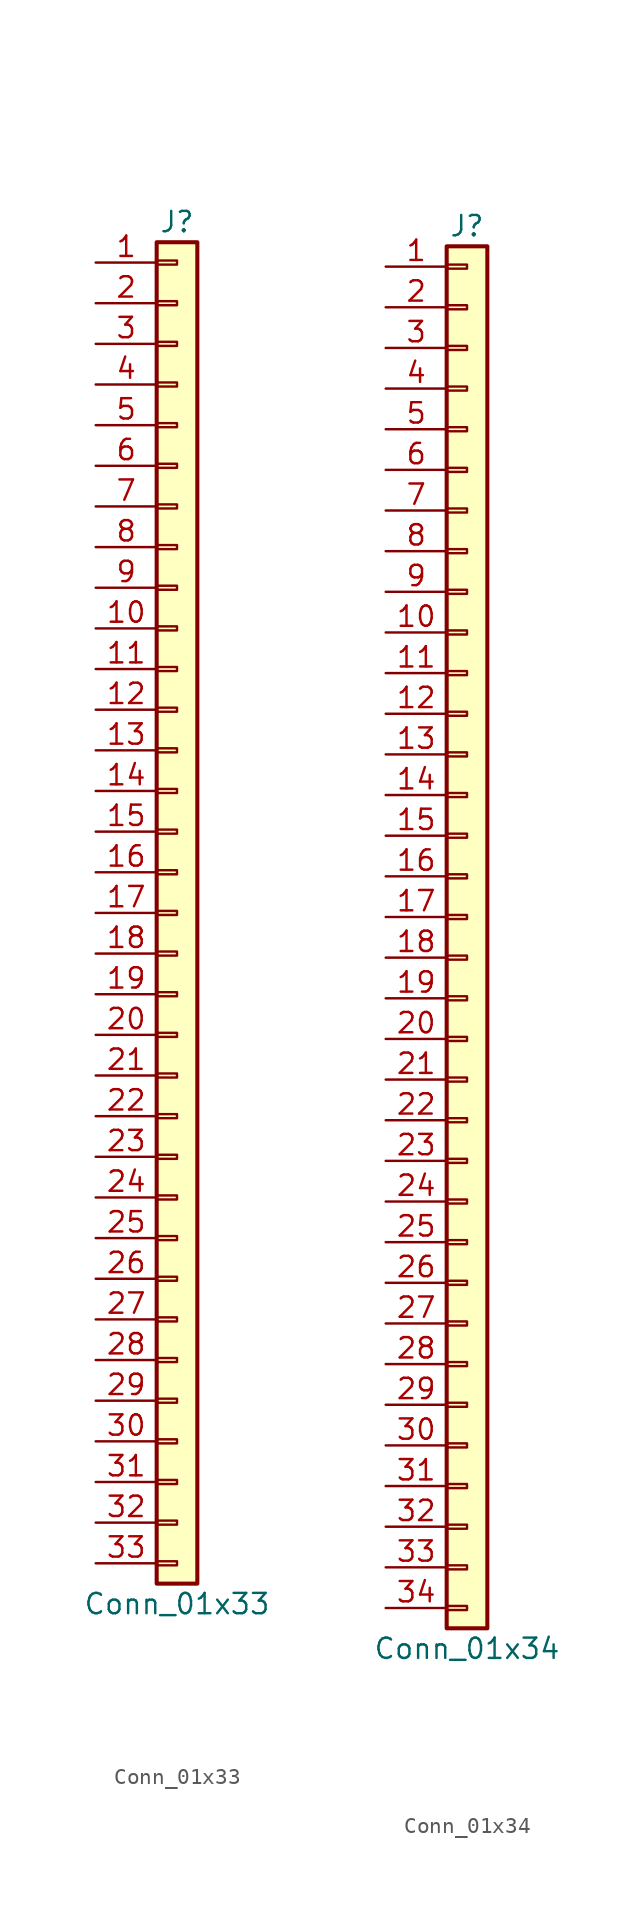
<source format=kicad_sym>
(kicad_symbol_lib
  (version 20220914)
  (generator kicad_symbol_editor)
  (symbol "Conn_01x33"
    (pin_names
      (offset 1.016) hide)
    (property "Reference" "J"
      (at 0 43.18 0)
      (effects (font (size 1.27 1.27))))
    (property "Value" "Conn_01x33"
      (at 0 -43.18 0)
      (effects (font (size 1.27 1.27))))
    (symbol "Conn_01x33_1_1"
      (rectangle (start -1.27 -40.513) (end 0 -40.767) (stroke (width 0.152) (type default)) (fill (type none)))
      (rectangle (start -1.27 -37.973) (end 0 -38.227) (stroke (width 0.152) (type default)) (fill (type none)))
      (rectangle (start -1.27 -35.433) (end 0 -35.687) (stroke (width 0.152) (type default)) (fill (type none)))
      (rectangle (start -1.27 -32.893) (end 0 -33.147) (stroke (width 0.152) (type default)) (fill (type none)))
      (rectangle (start -1.27 -30.353) (end 0 -30.607) (stroke (width 0.152) (type default)) (fill (type none)))
      (rectangle (start -1.27 -27.813) (end 0 -28.067) (stroke (width 0.152) (type default)) (fill (type none)))
      (rectangle (start -1.27 -25.273) (end 0 -25.527) (stroke (width 0.152) (type default)) (fill (type none)))
      (rectangle (start -1.27 -22.733) (end 0 -22.987) (stroke (width 0.152) (type default)) (fill (type none)))
      (rectangle (start -1.27 -20.193) (end 0 -20.447) (stroke (width 0.152) (type default)) (fill (type none)))
      (rectangle (start -1.27 -17.653) (end 0 -17.907) (stroke (width 0.152) (type default)) (fill (type none)))
      (rectangle (start -1.27 -15.113) (end 0 -15.367) (stroke (width 0.152) (type default)) (fill (type none)))
      (rectangle (start -1.27 -12.573) (end 0 -12.827) (stroke (width 0.152) (type default)) (fill (type none)))
      (rectangle (start -1.27 -10.033) (end 0 -10.287) (stroke (width 0.152) (type default)) (fill (type none)))
      (rectangle (start -1.27 -7.493) (end 0 -7.747) (stroke (width 0.152) (type default)) (fill (type none)))
      (rectangle (start -1.27 -4.953) (end 0 -5.207) (stroke (width 0.152) (type default)) (fill (type none)))
      (rectangle (start -1.27 -2.413) (end 0 -2.667) (stroke (width 0.152) (type default)) (fill (type none)))
      (rectangle (start -1.27 0.127) (end 0 -0.127) (stroke (width 0.152) (type default)) (fill (type none)))
      (rectangle (start -1.27 2.667) (end 0 2.413) (stroke (width 0.152) (type default)) (fill (type none)))
      (rectangle (start -1.27 5.207) (end 0 4.953) (stroke (width 0.152) (type default)) (fill (type none)))
      (rectangle (start -1.27 7.747) (end 0 7.493) (stroke (width 0.152) (type default)) (fill (type none)))
      (rectangle (start -1.27 10.287) (end 0 10.033) (stroke (width 0.152) (type default)) (fill (type none)))
      (rectangle (start -1.27 12.827) (end 0 12.573) (stroke (width 0.152) (type default)) (fill (type none)))
      (rectangle (start -1.27 15.367) (end 0 15.113) (stroke (width 0.152) (type default)) (fill (type none)))
      (rectangle (start -1.27 17.907) (end 0 17.653) (stroke (width 0.152) (type default)) (fill (type none)))
      (rectangle (start -1.27 20.447) (end 0 20.193) (stroke (width 0.152) (type default)) (fill (type none)))
      (rectangle (start -1.27 22.987) (end 0 22.733) (stroke (width 0.152) (type default)) (fill (type none)))
      (rectangle (start -1.27 25.527) (end 0 25.273) (stroke (width 0.152) (type default)) (fill (type none)))
      (rectangle (start -1.27 28.067) (end 0 27.813) (stroke (width 0.152) (type default)) (fill (type none)))
      (rectangle (start -1.27 30.607) (end 0 30.353) (stroke (width 0.152) (type default)) (fill (type none)))
      (rectangle (start -1.27 33.147) (end 0 32.893) (stroke (width 0.152) (type default)) (fill (type none)))
      (rectangle (start -1.27 35.687) (end 0 35.433) (stroke (width 0.152) (type default)) (fill (type none)))
      (rectangle (start -1.27 38.227) (end 0 37.973) (stroke (width 0.152) (type default)) (fill (type none)))
      (rectangle (start -1.27 40.767) (end 0 40.513) (stroke (width 0.152) (type default)) (fill (type none)))
      (rectangle (start -1.27 41.91) (end 1.27 -41.91) (stroke (width 0.254) (type default)) (fill (type background)))
      (pin passive line (at -5.08 40.64 0) (length 3.81) (name "Pin_1" (effects (font (size 1.27 1.27)))) (number "1" (effects (font (size 1.27 1.27)))))
      (pin passive line (at -5.08 17.78 0) (length 3.81) (name "Pin_10" (effects (font (size 1.27 1.27)))) (number "10" (effects (font (size 1.27 1.27)))))
      (pin passive line (at -5.08 15.24 0) (length 3.81) (name "Pin_11" (effects (font (size 1.27 1.27)))) (number "11" (effects (font (size 1.27 1.27)))))
      (pin passive line (at -5.08 12.7 0) (length 3.81) (name "Pin_12" (effects (font (size 1.27 1.27)))) (number "12" (effects (font (size 1.27 1.27)))))
      (pin passive line (at -5.08 10.16 0) (length 3.81) (name "Pin_13" (effects (font (size 1.27 1.27)))) (number "13" (effects (font (size 1.27 1.27)))))
      (pin passive line (at -5.08 7.62 0) (length 3.81) (name "Pin_14" (effects (font (size 1.27 1.27)))) (number "14" (effects (font (size 1.27 1.27)))))
      (pin passive line (at -5.08 5.08 0) (length 3.81) (name "Pin_15" (effects (font (size 1.27 1.27)))) (number "15" (effects (font (size 1.27 1.27)))))
      (pin passive line (at -5.08 2.54 0) (length 3.81) (name "Pin_16" (effects (font (size 1.27 1.27)))) (number "16" (effects (font (size 1.27 1.27)))))
      (pin passive line (at -5.08 0 0) (length 3.81) (name "Pin_17" (effects (font (size 1.27 1.27)))) (number "17" (effects (font (size 1.27 1.27)))))
      (pin passive line (at -5.08 -2.54 0) (length 3.81) (name "Pin_18" (effects (font (size 1.27 1.27)))) (number "18" (effects (font (size 1.27 1.27)))))
      (pin passive line (at -5.08 -5.08 0) (length 3.81) (name "Pin_19" (effects (font (size 1.27 1.27)))) (number "19" (effects (font (size 1.27 1.27)))))
      (pin passive line (at -5.08 38.1 0) (length 3.81) (name "Pin_2" (effects (font (size 1.27 1.27)))) (number "2" (effects (font (size 1.27 1.27)))))
      (pin passive line (at -5.08 -7.62 0) (length 3.81) (name "Pin_20" (effects (font (size 1.27 1.27)))) (number "20" (effects (font (size 1.27 1.27)))))
      (pin passive line (at -5.08 -10.16 0) (length 3.81) (name "Pin_21" (effects (font (size 1.27 1.27)))) (number "21" (effects (font (size 1.27 1.27)))))
      (pin passive line (at -5.08 -12.7 0) (length 3.81) (name "Pin_22" (effects (font (size 1.27 1.27)))) (number "22" (effects (font (size 1.27 1.27)))))
      (pin passive line (at -5.08 -15.24 0) (length 3.81) (name "Pin_23" (effects (font (size 1.27 1.27)))) (number "23" (effects (font (size 1.27 1.27)))))
      (pin passive line (at -5.08 -17.78 0) (length 3.81) (name "Pin_24" (effects (font (size 1.27 1.27)))) (number "24" (effects (font (size 1.27 1.27)))))
      (pin passive line (at -5.08 -20.32 0) (length 3.81) (name "Pin_25" (effects (font (size 1.27 1.27)))) (number "25" (effects (font (size 1.27 1.27)))))
      (pin passive line (at -5.08 -22.86 0) (length 3.81) (name "Pin_26" (effects (font (size 1.27 1.27)))) (number "26" (effects (font (size 1.27 1.27)))))
      (pin passive line (at -5.08 -25.4 0) (length 3.81) (name "Pin_27" (effects (font (size 1.27 1.27)))) (number "27" (effects (font (size 1.27 1.27)))))
      (pin passive line (at -5.08 -27.94 0) (length 3.81) (name "Pin_28" (effects (font (size 1.27 1.27)))) (number "28" (effects (font (size 1.27 1.27)))))
      (pin passive line (at -5.08 -30.48 0) (length 3.81) (name "Pin_29" (effects (font (size 1.27 1.27)))) (number "29" (effects (font (size 1.27 1.27)))))
      (pin passive line (at -5.08 35.56 0) (length 3.81) (name "Pin_3" (effects (font (size 1.27 1.27)))) (number "3" (effects (font (size 1.27 1.27)))))
      (pin passive line (at -5.08 -33.02 0) (length 3.81) (name "Pin_30" (effects (font (size 1.27 1.27)))) (number "30" (effects (font (size 1.27 1.27)))))
      (pin passive line (at -5.08 -35.56 0) (length 3.81) (name "Pin_31" (effects (font (size 1.27 1.27)))) (number "31" (effects (font (size 1.27 1.27)))))
      (pin passive line (at -5.08 -38.1 0) (length 3.81) (name "Pin_32" (effects (font (size 1.27 1.27)))) (number "32" (effects (font (size 1.27 1.27)))))
      (pin passive line (at -5.08 -40.64 0) (length 3.81) (name "Pin_33" (effects (font (size 1.27 1.27)))) (number "33" (effects (font (size 1.27 1.27)))))
      (pin passive line (at -5.08 33.02 0) (length 3.81) (name "Pin_4" (effects (font (size 1.27 1.27)))) (number "4" (effects (font (size 1.27 1.27)))))
      (pin passive line (at -5.08 30.48 0) (length 3.81) (name "Pin_5" (effects (font (size 1.27 1.27)))) (number "5" (effects (font (size 1.27 1.27)))))
      (pin passive line (at -5.08 27.94 0) (length 3.81) (name "Pin_6" (effects (font (size 1.27 1.27)))) (number "6" (effects (font (size 1.27 1.27)))))
      (pin passive line (at -5.08 25.4 0) (length 3.81) (name "Pin_7" (effects (font (size 1.27 1.27)))) (number "7" (effects (font (size 1.27 1.27)))))
      (pin passive line (at -5.08 22.86 0) (length 3.81) (name "Pin_8" (effects (font (size 1.27 1.27)))) (number "8" (effects (font (size 1.27 1.27)))))
      (pin passive line (at -5.08 20.32 0) (length 3.81) (name "Pin_9" (effects (font (size 1.27 1.27)))) (number "9" (effects (font (size 1.27 1.27)))))))
  (symbol "Conn_01x34"
    (pin_names
      (offset 1.016) hide)
    (property "Reference" "J"
      (at 0 43.18 0)
      (effects (font (size 1.27 1.27))))
    (property "Value" "Conn_01x34"
      (at 0 -45.72 0)
      (effects (font (size 1.27 1.27))))
    (symbol "Conn_01x34_1_1"
      (rectangle (start -1.27 -43.053) (end 0 -43.307) (stroke (width 0.152) (type default)) (fill (type none)))
      (rectangle (start -1.27 -40.513) (end 0 -40.767) (stroke (width 0.152) (type default)) (fill (type none)))
      (rectangle (start -1.27 -37.973) (end 0 -38.227) (stroke (width 0.152) (type default)) (fill (type none)))
      (rectangle (start -1.27 -35.433) (end 0 -35.687) (stroke (width 0.152) (type default)) (fill (type none)))
      (rectangle (start -1.27 -32.893) (end 0 -33.147) (stroke (width 0.152) (type default)) (fill (type none)))
      (rectangle (start -1.27 -30.353) (end 0 -30.607) (stroke (width 0.152) (type default)) (fill (type none)))
      (rectangle (start -1.27 -27.813) (end 0 -28.067) (stroke (width 0.152) (type default)) (fill (type none)))
      (rectangle (start -1.27 -25.273) (end 0 -25.527) (stroke (width 0.152) (type default)) (fill (type none)))
      (rectangle (start -1.27 -22.733) (end 0 -22.987) (stroke (width 0.152) (type default)) (fill (type none)))
      (rectangle (start -1.27 -20.193) (end 0 -20.447) (stroke (width 0.152) (type default)) (fill (type none)))
      (rectangle (start -1.27 -17.653) (end 0 -17.907) (stroke (width 0.152) (type default)) (fill (type none)))
      (rectangle (start -1.27 -15.113) (end 0 -15.367) (stroke (width 0.152) (type default)) (fill (type none)))
      (rectangle (start -1.27 -12.573) (end 0 -12.827) (stroke (width 0.152) (type default)) (fill (type none)))
      (rectangle (start -1.27 -10.033) (end 0 -10.287) (stroke (width 0.152) (type default)) (fill (type none)))
      (rectangle (start -1.27 -7.493) (end 0 -7.747) (stroke (width 0.152) (type default)) (fill (type none)))
      (rectangle (start -1.27 -4.953) (end 0 -5.207) (stroke (width 0.152) (type default)) (fill (type none)))
      (rectangle (start -1.27 -2.413) (end 0 -2.667) (stroke (width 0.152) (type default)) (fill (type none)))
      (rectangle (start -1.27 0.127) (end 0 -0.127) (stroke (width 0.152) (type default)) (fill (type none)))
      (rectangle (start -1.27 2.667) (end 0 2.413) (stroke (width 0.152) (type default)) (fill (type none)))
      (rectangle (start -1.27 5.207) (end 0 4.953) (stroke (width 0.152) (type default)) (fill (type none)))
      (rectangle (start -1.27 7.747) (end 0 7.493) (stroke (width 0.152) (type default)) (fill (type none)))
      (rectangle (start -1.27 10.287) (end 0 10.033) (stroke (width 0.152) (type default)) (fill (type none)))
      (rectangle (start -1.27 12.827) (end 0 12.573) (stroke (width 0.152) (type default)) (fill (type none)))
      (rectangle (start -1.27 15.367) (end 0 15.113) (stroke (width 0.152) (type default)) (fill (type none)))
      (rectangle (start -1.27 17.907) (end 0 17.653) (stroke (width 0.152) (type default)) (fill (type none)))
      (rectangle (start -1.27 20.447) (end 0 20.193) (stroke (width 0.152) (type default)) (fill (type none)))
      (rectangle (start -1.27 22.987) (end 0 22.733) (stroke (width 0.152) (type default)) (fill (type none)))
      (rectangle (start -1.27 25.527) (end 0 25.273) (stroke (width 0.152) (type default)) (fill (type none)))
      (rectangle (start -1.27 28.067) (end 0 27.813) (stroke (width 0.152) (type default)) (fill (type none)))
      (rectangle (start -1.27 30.607) (end 0 30.353) (stroke (width 0.152) (type default)) (fill (type none)))
      (rectangle (start -1.27 33.147) (end 0 32.893) (stroke (width 0.152) (type default)) (fill (type none)))
      (rectangle (start -1.27 35.687) (end 0 35.433) (stroke (width 0.152) (type default)) (fill (type none)))
      (rectangle (start -1.27 38.227) (end 0 37.973) (stroke (width 0.152) (type default)) (fill (type none)))
      (rectangle (start -1.27 40.767) (end 0 40.513) (stroke (width 0.152) (type default)) (fill (type none)))
      (rectangle (start -1.27 41.91) (end 1.27 -44.45) (stroke (width 0.254) (type default)) (fill (type background)))
      (pin passive line (at -5.08 40.64 0) (length 3.81) (name "Pin_1" (effects (font (size 1.27 1.27)))) (number "1" (effects (font (size 1.27 1.27)))))
      (pin passive line (at -5.08 17.78 0) (length 3.81) (name "Pin_10" (effects (font (size 1.27 1.27)))) (number "10" (effects (font (size 1.27 1.27)))))
      (pin passive line (at -5.08 15.24 0) (length 3.81) (name "Pin_11" (effects (font (size 1.27 1.27)))) (number "11" (effects (font (size 1.27 1.27)))))
      (pin passive line (at -5.08 12.7 0) (length 3.81) (name "Pin_12" (effects (font (size 1.27 1.27)))) (number "12" (effects (font (size 1.27 1.27)))))
      (pin passive line (at -5.08 10.16 0) (length 3.81) (name "Pin_13" (effects (font (size 1.27 1.27)))) (number "13" (effects (font (size 1.27 1.27)))))
      (pin passive line (at -5.08 7.62 0) (length 3.81) (name "Pin_14" (effects (font (size 1.27 1.27)))) (number "14" (effects (font (size 1.27 1.27)))))
      (pin passive line (at -5.08 5.08 0) (length 3.81) (name "Pin_15" (effects (font (size 1.27 1.27)))) (number "15" (effects (font (size 1.27 1.27)))))
      (pin passive line (at -5.08 2.54 0) (length 3.81) (name "Pin_16" (effects (font (size 1.27 1.27)))) (number "16" (effects (font (size 1.27 1.27)))))
      (pin passive line (at -5.08 0 0) (length 3.81) (name "Pin_17" (effects (font (size 1.27 1.27)))) (number "17" (effects (font (size 1.27 1.27)))))
      (pin passive line (at -5.08 -2.54 0) (length 3.81) (name "Pin_18" (effects (font (size 1.27 1.27)))) (number "18" (effects (font (size 1.27 1.27)))))
      (pin passive line (at -5.08 -5.08 0) (length 3.81) (name "Pin_19" (effects (font (size 1.27 1.27)))) (number "19" (effects (font (size 1.27 1.27)))))
      (pin passive line (at -5.08 38.1 0) (length 3.81) (name "Pin_2" (effects (font (size 1.27 1.27)))) (number "2" (effects (font (size 1.27 1.27)))))
      (pin passive line (at -5.08 -7.62 0) (length 3.81) (name "Pin_20" (effects (font (size 1.27 1.27)))) (number "20" (effects (font (size 1.27 1.27)))))
      (pin passive line (at -5.08 -10.16 0) (length 3.81) (name "Pin_21" (effects (font (size 1.27 1.27)))) (number "21" (effects (font (size 1.27 1.27)))))
      (pin passive line (at -5.08 -12.7 0) (length 3.81) (name "Pin_22" (effects (font (size 1.27 1.27)))) (number "22" (effects (font (size 1.27 1.27)))))
      (pin passive line (at -5.08 -15.24 0) (length 3.81) (name "Pin_23" (effects (font (size 1.27 1.27)))) (number "23" (effects (font (size 1.27 1.27)))))
      (pin passive line (at -5.08 -17.78 0) (length 3.81) (name "Pin_24" (effects (font (size 1.27 1.27)))) (number "24" (effects (font (size 1.27 1.27)))))
      (pin passive line (at -5.08 -20.32 0) (length 3.81) (name "Pin_25" (effects (font (size 1.27 1.27)))) (number "25" (effects (font (size 1.27 1.27)))))
      (pin passive line (at -5.08 -22.86 0) (length 3.81) (name "Pin_26" (effects (font (size 1.27 1.27)))) (number "26" (effects (font (size 1.27 1.27)))))
      (pin passive line (at -5.08 -25.4 0) (length 3.81) (name "Pin_27" (effects (font (size 1.27 1.27)))) (number "27" (effects (font (size 1.27 1.27)))))
      (pin passive line (at -5.08 -27.94 0) (length 3.81) (name "Pin_28" (effects (font (size 1.27 1.27)))) (number "28" (effects (font (size 1.27 1.27)))))
      (pin passive line (at -5.08 -30.48 0) (length 3.81) (name "Pin_29" (effects (font (size 1.27 1.27)))) (number "29" (effects (font (size 1.27 1.27)))))
      (pin passive line (at -5.08 35.56 0) (length 3.81) (name "Pin_3" (effects (font (size 1.27 1.27)))) (number "3" (effects (font (size 1.27 1.27)))))
      (pin passive line (at -5.08 -33.02 0) (length 3.81) (name "Pin_30" (effects (font (size 1.27 1.27)))) (number "30" (effects (font (size 1.27 1.27)))))
      (pin passive line (at -5.08 -35.56 0) (length 3.81) (name "Pin_31" (effects (font (size 1.27 1.27)))) (number "31" (effects (font (size 1.27 1.27)))))
      (pin passive line (at -5.08 -38.1 0) (length 3.81) (name "Pin_32" (effects (font (size 1.27 1.27)))) (number "32" (effects (font (size 1.27 1.27)))))
      (pin passive line (at -5.08 -40.64 0) (length 3.81) (name "Pin_33" (effects (font (size 1.27 1.27)))) (number "33" (effects (font (size 1.27 1.27)))))
      (pin passive line (at -5.08 -43.18 0) (length 3.81) (name "Pin_34" (effects (font (size 1.27 1.27)))) (number "34" (effects (font (size 1.27 1.27)))))
      (pin passive line (at -5.08 33.02 0) (length 3.81) (name "Pin_4" (effects (font (size 1.27 1.27)))) (number "4" (effects (font (size 1.27 1.27)))))
      (pin passive line (at -5.08 30.48 0) (length 3.81) (name "Pin_5" (effects (font (size 1.27 1.27)))) (number "5" (effects (font (size 1.27 1.27)))))
      (pin passive line (at -5.08 27.94 0) (length 3.81) (name "Pin_6" (effects (font (size 1.27 1.27)))) (number "6" (effects (font (size 1.27 1.27)))))
      (pin passive line (at -5.08 25.4 0) (length 3.81) (name "Pin_7" (effects (font (size 1.27 1.27)))) (number "7" (effects (font (size 1.27 1.27)))))
      (pin passive line (at -5.08 22.86 0) (length 3.81) (name "Pin_8" (effects (font (size 1.27 1.27)))) (number "8" (effects (font (size 1.27 1.27)))))
      (pin passive line (at -5.08 20.32 0) (length 3.81) (name "Pin_9" (effects (font (size 1.27 1.27)))) (number "9" (effects (font (size 1.27 1.27))))))))
</source>
